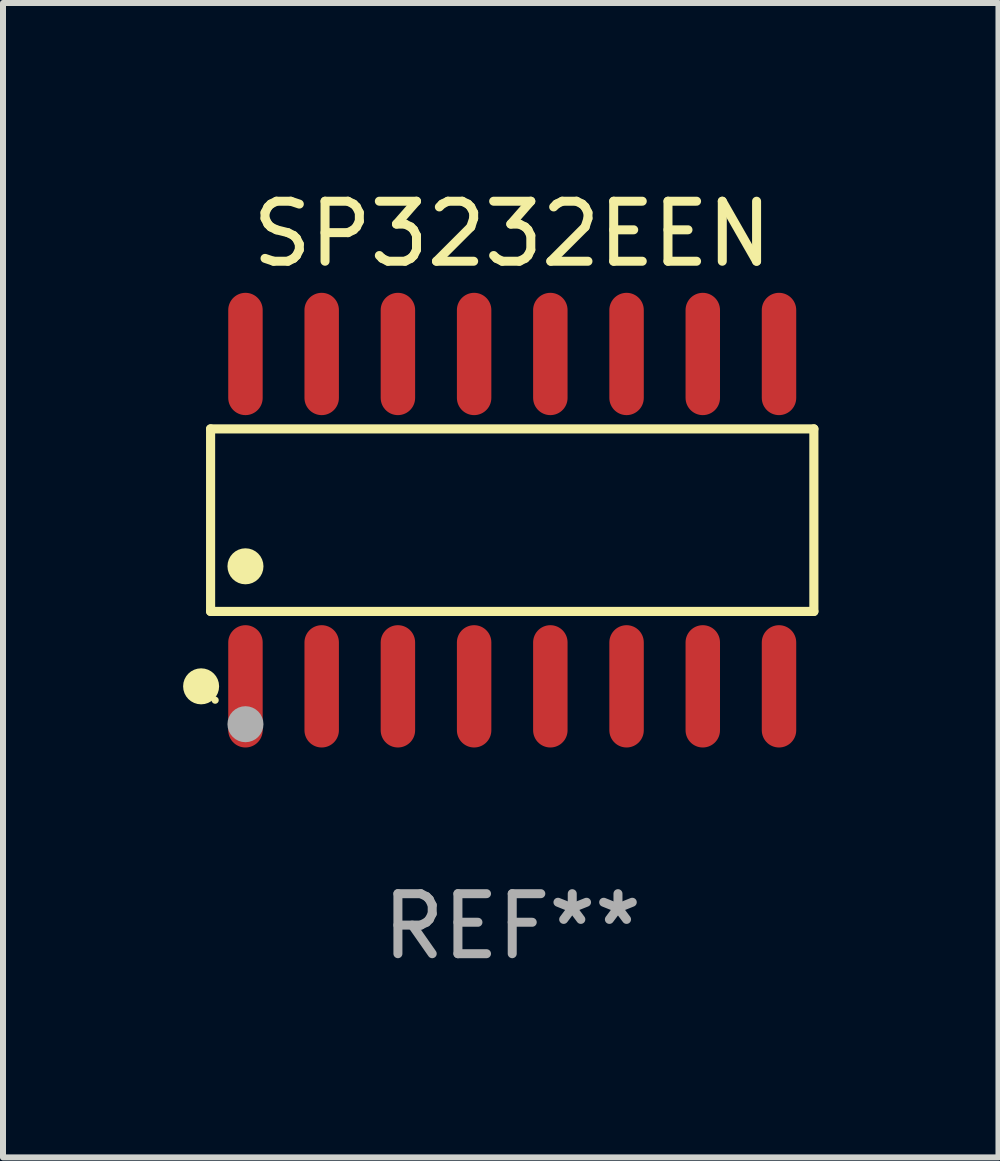
<source format=kicad_pcb>
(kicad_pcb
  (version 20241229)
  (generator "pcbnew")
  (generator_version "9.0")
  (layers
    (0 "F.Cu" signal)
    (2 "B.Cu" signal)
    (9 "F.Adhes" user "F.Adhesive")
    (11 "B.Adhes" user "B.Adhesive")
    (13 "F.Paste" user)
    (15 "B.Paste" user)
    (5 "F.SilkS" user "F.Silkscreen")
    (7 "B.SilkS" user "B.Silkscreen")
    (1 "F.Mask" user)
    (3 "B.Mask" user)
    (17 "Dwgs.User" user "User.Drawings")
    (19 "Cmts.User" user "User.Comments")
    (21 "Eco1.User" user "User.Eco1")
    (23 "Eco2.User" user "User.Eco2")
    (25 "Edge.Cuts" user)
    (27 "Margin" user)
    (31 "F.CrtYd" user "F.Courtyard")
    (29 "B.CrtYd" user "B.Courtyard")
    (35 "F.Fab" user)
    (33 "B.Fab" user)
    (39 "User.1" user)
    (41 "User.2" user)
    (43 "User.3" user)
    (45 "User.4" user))
  (footprint "SP3232EEN"
    (layer "F.Cu")
    (at 5.485 5.617)
    (property "Reference" "SP3232EEN" (at 0 -4.769 0) (layer "F.SilkS") (effects (font (size 1 1) (thickness 0.15))))
    (attr through_hole)
    (fp_line (start -5.026 -1.521) (end 5.026 -1.521) (stroke (width 0.152) (type solid)) (layer "F.SilkS"))
    (fp_line (start -5.026 1.521) (end -5.026 -1.521) (stroke (width 0.152) (type solid)) (layer "F.SilkS"))
    (fp_line (start 5.026 -1.521) (end 5.026 1.521) (stroke (width 0.152) (type solid)) (layer "F.SilkS"))
    (fp_line (start 5.026 1.521) (end -5.026 1.521) (stroke (width 0.152) (type solid)) (layer "F.SilkS"))
    (fp_circle (center -5.184 2.769) (end -5.034 2.769) (stroke (width 0.3) (type solid)) (fill no) (layer "F.SilkS"))
    (fp_circle (center -4.95 3) (end -4.92 3) (stroke (width 0.06) (type solid)) (fill no) (layer "F.SilkS"))
    (fp_circle (center -4.445 0.769) (end -4.295 0.769) (stroke (width 0.3) (type solid)) (fill no) (layer "F.SilkS"))
    (fp_circle (center -4.445 3.4) (end -4.295 3.4) (stroke (width 0.3) (type solid)) (fill no) (layer "F.Fab"))
    (fp_text user "REF**" (at 0 6.769 0) (layer "F.Fab") (effects (font (size 1 1) (thickness 0.15))))
    (pad "1" smd oval (at -4.445 2.769) (size 0.574 2.038) (layers "F.Cu" "F.Mask" "F.Paste"))
    (pad "2" smd oval (at -3.175 2.769) (size 0.574 2.038) (layers "F.Cu" "F.Mask" "F.Paste"))
    (pad "3" smd oval (at -1.905 2.769) (size 0.574 2.038) (layers "F.Cu" "F.Mask" "F.Paste"))
    (pad "4" smd oval (at -0.635 2.769) (size 0.574 2.038) (layers "F.Cu" "F.Mask" "F.Paste"))
    (pad "5" smd oval (at 0.635 2.769) (size 0.574 2.038) (layers "F.Cu" "F.Mask" "F.Paste"))
    (pad "6" smd oval (at 1.905 2.769) (size 0.574 2.038) (layers "F.Cu" "F.Mask" "F.Paste"))
    (pad "7" smd oval (at 3.175 2.769) (size 0.574 2.038) (layers "F.Cu" "F.Mask" "F.Paste"))
    (pad "8" smd oval (at 4.445 2.769) (size 0.574 2.038) (layers "F.Cu" "F.Mask" "F.Paste"))
    (pad "9" smd oval (at 4.445 -2.769) (size 0.574 2.038) (layers "F.Cu" "F.Mask" "F.Paste"))
    (pad "10" smd oval (at 3.175 -2.769) (size 0.574 2.038) (layers "F.Cu" "F.Mask" "F.Paste"))
    (pad "11" smd oval (at 1.905 -2.769) (size 0.574 2.038) (layers "F.Cu" "F.Mask" "F.Paste"))
    (pad "12" smd oval (at 0.635 -2.769) (size 0.574 2.038) (layers "F.Cu" "F.Mask" "F.Paste"))
    (pad "13" smd oval (at -0.635 -2.769) (size 0.574 2.038) (layers "F.Cu" "F.Mask" "F.Paste"))
    (pad "14" smd oval (at -1.905 -2.769) (size 0.574 2.038) (layers "F.Cu" "F.Mask" "F.Paste"))
    (pad "15" smd oval (at -3.175 -2.769) (size 0.574 2.038) (layers "F.Cu" "F.Mask" "F.Paste"))
    (pad "16" smd oval (at -4.445 -2.769) (size 0.574 2.038) (layers "F.Cu" "F.Mask" "F.Paste")))
  (gr_rect
    (start -3 -3)
    (end 13.587 16.235)
    (stroke (width 0.1) (type default))
    (fill no)
    (layer "Edge.Cuts")))
</source>
